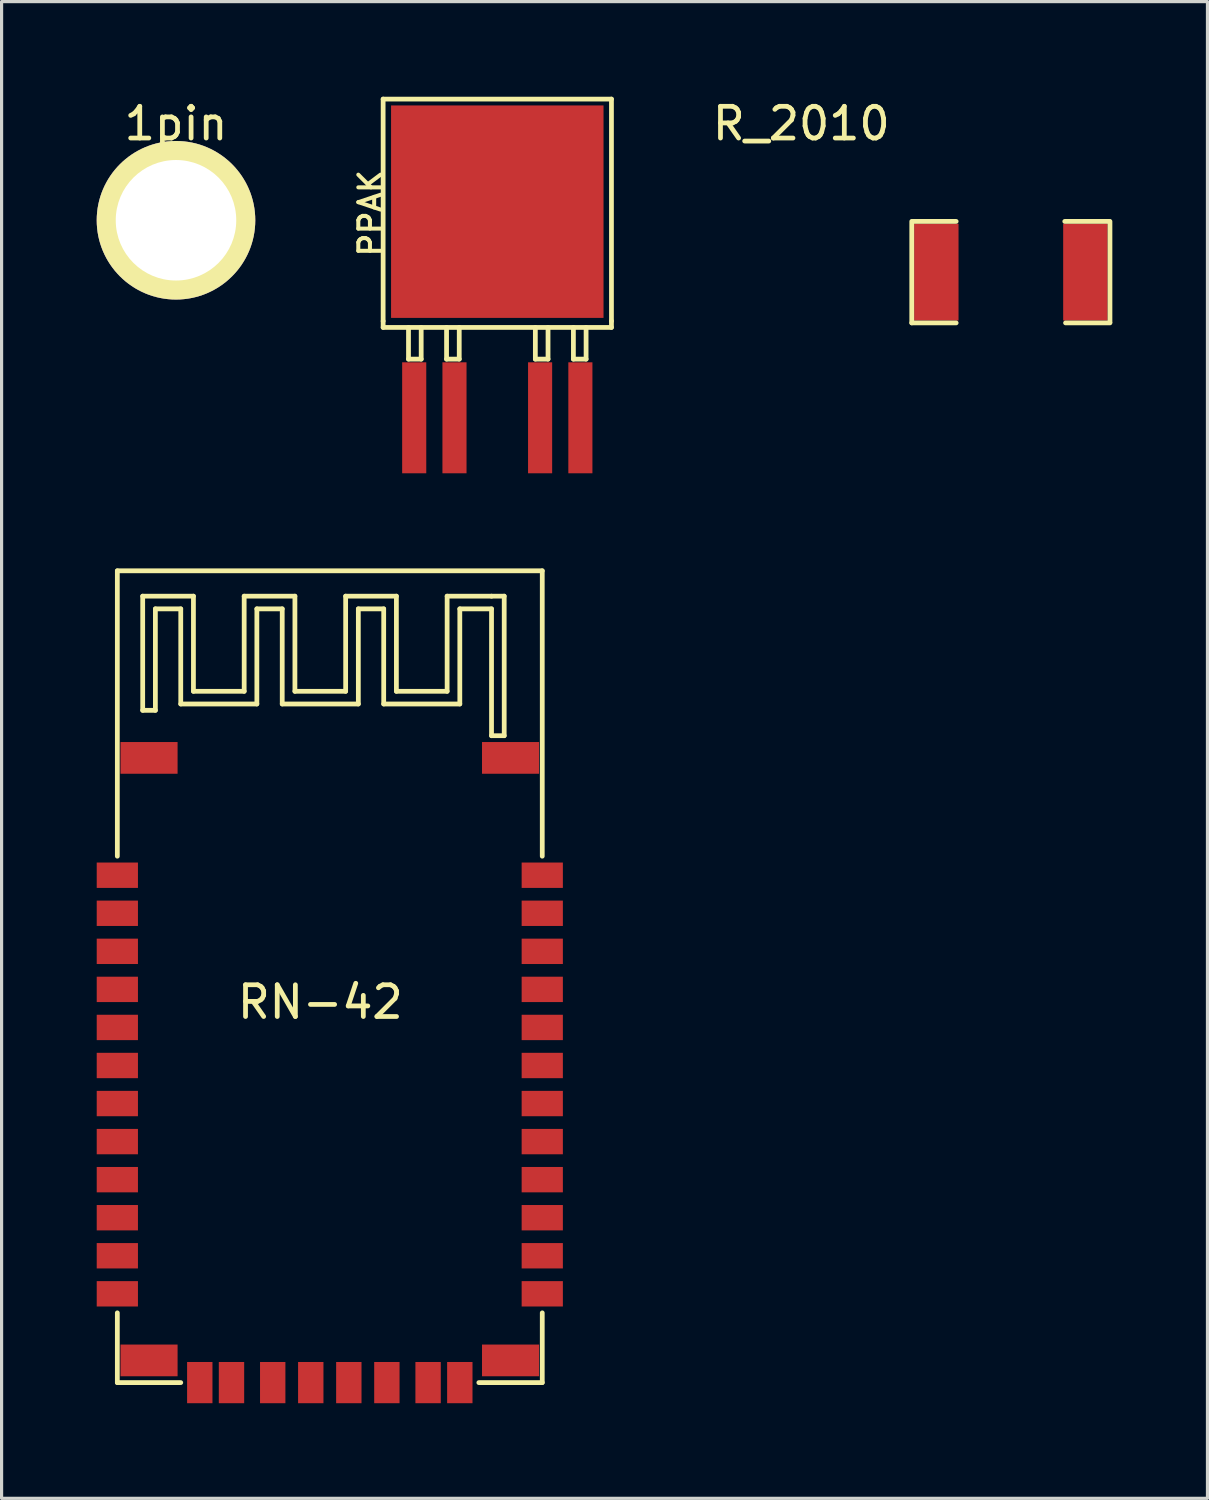
<source format=kicad_pcb>
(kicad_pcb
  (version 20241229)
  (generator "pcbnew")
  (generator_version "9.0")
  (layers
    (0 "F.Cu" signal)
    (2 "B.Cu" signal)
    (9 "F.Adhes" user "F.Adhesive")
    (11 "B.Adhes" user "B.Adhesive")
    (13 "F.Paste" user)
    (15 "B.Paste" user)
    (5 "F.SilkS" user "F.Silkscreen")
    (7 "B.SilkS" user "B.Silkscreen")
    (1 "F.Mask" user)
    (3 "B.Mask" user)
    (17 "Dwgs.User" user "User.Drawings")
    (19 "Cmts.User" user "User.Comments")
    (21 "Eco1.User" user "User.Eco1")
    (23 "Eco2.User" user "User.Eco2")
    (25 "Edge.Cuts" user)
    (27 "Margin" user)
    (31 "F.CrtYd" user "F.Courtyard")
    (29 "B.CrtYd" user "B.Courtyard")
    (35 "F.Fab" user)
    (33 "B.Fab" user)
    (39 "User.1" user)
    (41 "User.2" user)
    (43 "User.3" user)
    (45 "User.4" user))
  (footprint "RN-42"
    (layer "F.Cu")
    (at 0.65 40.55)
    (property "Reference" "RN-42" (at 6.4 -12 0) (layer "F.SilkS") (effects (font (size 1 1) (thickness 0.15))))
    (attr through_hole)
    (fp_line (start 0 -25.6) (end 13.4 -25.6) (stroke (width 0.15) (type solid)) (layer "F.SilkS"))
    (fp_line (start 0 -16.6) (end 0 -25.6) (stroke (width 0.15) (type solid)) (layer "F.SilkS"))
    (fp_line (start 0 0) (end 0 -2.2) (stroke (width 0.15) (type solid)) (layer "F.SilkS"))
    (fp_line (start 0.8 -24.8) (end 2.4 -24.8) (stroke (width 0.15) (type solid)) (layer "F.SilkS"))
    (fp_line (start 0.8 -21.2) (end 0.8 -24.8) (stroke (width 0.15) (type solid)) (layer "F.SilkS"))
    (fp_line (start 0.8 -21.2) (end 1.2 -21.2) (stroke (width 0.15) (type solid)) (layer "F.SilkS"))
    (fp_line (start 1.2 -24.4) (end 2 -24.4) (stroke (width 0.15) (type solid)) (layer "F.SilkS"))
    (fp_line (start 1.2 -21.2) (end 1.2 -24.4) (stroke (width 0.15) (type solid)) (layer "F.SilkS"))
    (fp_line (start 2 -24.4) (end 2 -21.4) (stroke (width 0.15) (type solid)) (layer "F.SilkS"))
    (fp_line (start 2 -21.4) (end 4.4 -21.4) (stroke (width 0.15) (type solid)) (layer "F.SilkS"))
    (fp_line (start 2 0) (end 0 0) (stroke (width 0.15) (type solid)) (layer "F.SilkS"))
    (fp_line (start 2.4 -24.8) (end 2.4 -21.8) (stroke (width 0.15) (type solid)) (layer "F.SilkS"))
    (fp_line (start 2.4 -21.8) (end 4 -21.8) (stroke (width 0.15) (type solid)) (layer "F.SilkS"))
    (fp_line (start 4 -24.8) (end 5.6 -24.8) (stroke (width 0.15) (type solid)) (layer "F.SilkS"))
    (fp_line (start 4 -21.8) (end 4 -24.8) (stroke (width 0.15) (type solid)) (layer "F.SilkS"))
    (fp_line (start 4.4 -24.4) (end 5.2 -24.4) (stroke (width 0.15) (type solid)) (layer "F.SilkS"))
    (fp_line (start 4.4 -21.4) (end 4.4 -24.4) (stroke (width 0.15) (type solid)) (layer "F.SilkS"))
    (fp_line (start 5.2 -24.4) (end 5.2 -21.4) (stroke (width 0.15) (type solid)) (layer "F.SilkS"))
    (fp_line (start 5.2 -21.4) (end 7.6 -21.4) (stroke (width 0.15) (type solid)) (layer "F.SilkS"))
    (fp_line (start 5.6 -24.8) (end 5.6 -21.8) (stroke (width 0.15) (type solid)) (layer "F.SilkS"))
    (fp_line (start 5.6 -21.8) (end 7.2 -21.8) (stroke (width 0.15) (type solid)) (layer "F.SilkS"))
    (fp_line (start 7.2 -24.8) (end 8.8 -24.8) (stroke (width 0.15) (type solid)) (layer "F.SilkS"))
    (fp_line (start 7.2 -21.8) (end 7.2 -24.8) (stroke (width 0.15) (type solid)) (layer "F.SilkS"))
    (fp_line (start 7.6 -24.4) (end 8.4 -24.4) (stroke (width 0.15) (type solid)) (layer "F.SilkS"))
    (fp_line (start 7.6 -21.4) (end 7.6 -24.4) (stroke (width 0.15) (type solid)) (layer "F.SilkS"))
    (fp_line (start 8.4 -24.4) (end 8.4 -21.4) (stroke (width 0.15) (type solid)) (layer "F.SilkS"))
    (fp_line (start 8.4 -21.4) (end 10.8 -21.4) (stroke (width 0.15) (type solid)) (layer "F.SilkS"))
    (fp_line (start 8.8 -24.8) (end 8.8 -21.8) (stroke (width 0.15) (type solid)) (layer "F.SilkS"))
    (fp_line (start 8.8 -21.8) (end 10.4 -21.8) (stroke (width 0.15) (type solid)) (layer "F.SilkS"))
    (fp_line (start 10.4 -24.8) (end 11.8 -24.8) (stroke (width 0.15) (type solid)) (layer "F.SilkS"))
    (fp_line (start 10.4 -21.8) (end 10.4 -24.8) (stroke (width 0.15) (type solid)) (layer "F.SilkS"))
    (fp_line (start 10.8 -24.4) (end 11.8 -24.4) (stroke (width 0.15) (type solid)) (layer "F.SilkS"))
    (fp_line (start 10.8 -21.4) (end 10.8 -24.4) (stroke (width 0.15) (type solid)) (layer "F.SilkS"))
    (fp_line (start 11.8 -24.8) (end 12.2 -24.8) (stroke (width 0.15) (type solid)) (layer "F.SilkS"))
    (fp_line (start 11.8 -24.4) (end 11.8 -20.4) (stroke (width 0.15) (type solid)) (layer "F.SilkS"))
    (fp_line (start 11.8 -20.4) (end 12.2 -20.4) (stroke (width 0.15) (type solid)) (layer "F.SilkS"))
    (fp_line (start 12.2 -24.8) (end 12.2 -20.4) (stroke (width 0.15) (type solid)) (layer "F.SilkS"))
    (fp_line (start 13.4 -25.6) (end 13.4 -16.6) (stroke (width 0.15) (type solid)) (layer "F.SilkS"))
    (fp_line (start 13.4 -2.2) (end 13.4 0) (stroke (width 0.15) (type solid)) (layer "F.SilkS"))
    (fp_line (start 13.4 0) (end 11.4 0) (stroke (width 0.15) (type solid)) (layer "F.SilkS"))
    (pad "" smd rect (at 1 -19.7) (size 1.8 1) (layers "F.Cu" "F.Mask" "F.Paste"))
    (pad "" smd rect (at 1 -0.7) (size 1.8 1) (layers "F.Cu" "F.Mask" "F.Paste"))
    (pad "" smd rect (at 12.4 -19.7) (size 1.8 1) (layers "F.Cu" "F.Mask" "F.Paste"))
    (pad "" smd rect (at 12.4 -0.7) (size 1.8 1) (layers "F.Cu" "F.Mask" "F.Paste"))
    (pad "1" smd rect (at 0 -16 180) (size 1.3 0.8) (layers "F.Cu" "F.Mask" "F.Paste"))
    (pad "2" smd rect (at 0 -14.8 180) (size 1.3 0.8) (layers "F.Cu" "F.Mask" "F.Paste"))
    (pad "3" smd rect (at 0 -13.6 180) (size 1.3 0.8) (layers "F.Cu" "F.Mask" "F.Paste"))
    (pad "4" smd rect (at 0 -12.4 180) (size 1.3 0.8) (layers "F.Cu" "F.Mask" "F.Paste"))
    (pad "5" smd rect (at 0 -11.2 180) (size 1.3 0.8) (layers "F.Cu" "F.Mask" "F.Paste"))
    (pad "6" smd rect (at 0 -10 180) (size 1.3 0.8) (layers "F.Cu" "F.Mask" "F.Paste"))
    (pad "7" smd rect (at 0 -8.8 180) (size 1.3 0.8) (layers "F.Cu" "F.Mask" "F.Paste"))
    (pad "8" smd rect (at 0 -7.6 180) (size 1.3 0.8) (layers "F.Cu" "F.Mask" "F.Paste"))
    (pad "9" smd rect (at 0 -6.4 180) (size 1.3 0.8) (layers "F.Cu" "F.Mask" "F.Paste"))
    (pad "10" smd rect (at 0 -5.2 180) (size 1.3 0.8) (layers "F.Cu" "F.Mask" "F.Paste"))
    (pad "11" smd rect (at 0 -4 180) (size 1.3 0.8) (layers "F.Cu" "F.Mask" "F.Paste"))
    (pad "12" smd rect (at 0 -2.8 180) (size 1.3 0.8) (layers "F.Cu" "F.Mask" "F.Paste"))
    (pad "13" smd rect (at 13.4 -2.8) (size 1.3 0.8) (layers "F.Cu" "F.Mask" "F.Paste"))
    (pad "14" smd rect (at 13.4 -4) (size 1.3 0.8) (layers "F.Cu" "F.Mask" "F.Paste"))
    (pad "15" smd rect (at 13.4 -5.2) (size 1.3 0.8) (layers "F.Cu" "F.Mask" "F.Paste"))
    (pad "16" smd rect (at 13.4 -6.4) (size 1.3 0.8) (layers "F.Cu" "F.Mask" "F.Paste"))
    (pad "17" smd rect (at 13.4 -7.6) (size 1.3 0.8) (layers "F.Cu" "F.Mask" "F.Paste"))
    (pad "18" smd rect (at 13.4 -8.8) (size 1.3 0.8) (layers "F.Cu" "F.Mask" "F.Paste"))
    (pad "19" smd rect (at 13.4 -10) (size 1.3 0.8) (layers "F.Cu" "F.Mask" "F.Paste"))
    (pad "20" smd rect (at 13.4 -11.2) (size 1.3 0.8) (layers "F.Cu" "F.Mask" "F.Paste"))
    (pad "21" smd rect (at 13.4 -12.4) (size 1.3 0.8) (layers "F.Cu" "F.Mask" "F.Paste"))
    (pad "22" smd rect (at 13.4 -13.6) (size 1.3 0.8) (layers "F.Cu" "F.Mask" "F.Paste"))
    (pad "23" smd rect (at 13.4 -14.8) (size 1.3 0.8) (layers "F.Cu" "F.Mask" "F.Paste"))
    (pad "24" smd rect (at 13.4 -16) (size 1.3 0.8) (layers "F.Cu" "F.Mask" "F.Paste"))
    (pad "28" smd rect (at 9.8 0) (size 0.8 1.3) (layers "F.Cu" "F.Mask" "F.Paste"))
    (pad "29" smd rect (at 3.6 0) (size 0.8 1.3) (layers "F.Cu" "F.Mask" "F.Paste"))
    (pad "30" smd rect (at 10.8 0) (size 0.8 1.3) (layers "F.Cu" "F.Mask" "F.Paste"))
    (pad "31" smd rect (at 8.5 0) (size 0.8 1.3) (layers "F.Cu" "F.Mask" "F.Paste"))
    (pad "32" smd rect (at 7.3 0) (size 0.8 1.3) (layers "F.Cu" "F.Mask" "F.Paste"))
    (pad "33" smd rect (at 6.1 0) (size 0.8 1.3) (layers "F.Cu" "F.Mask" "F.Paste"))
    (pad "34" smd rect (at 4.9 0) (size 0.8 1.3) (layers "F.Cu" "F.Mask" "F.Paste"))
    (pad "35" smd rect (at 2.6 0) (size 0.8 1.3) (layers "F.Cu" "F.Mask" "F.Paste")))
  (footprint "1pin"
    (layer "F.Cu")
    (at 2.5 3.896)
    (property "Reference" "1pin" (at 0 -3.048 0) (layer "F.SilkS") (effects (font (size 1 1) (thickness 0.15))))
    (attr through_hole)
    (fp_circle (center 0 0) (end 0 -2.286) (stroke (width 0.15) (type solid)) (fill no) (layer "F.SilkS"))
    (pad "1" thru_hole circle (at 0 0) (size 5 5) (drill 3.8) (layers "*.Cu" "*.Mask" "F.SilkS")))
  (footprint "PPAK"
    (layer "F.Cu")
    (at 12.632 3.675)
    (property "Reference" "PPAK" (at -4 0 90) (layer "F.SilkS") (effects (font (size 0.7 0.7) (thickness 0.127))))
    (attr through_hole)
    (fp_line (start -3.6 -3.6) (end 3.6 -3.6) (stroke (width 0.15) (type solid)) (layer "F.SilkS"))
    (fp_line (start -3.6 3.4) (end -3.6 -3.6) (stroke (width 0.15) (type solid)) (layer "F.SilkS"))
    (fp_line (start -3.6 3.6) (end -3.6 3.4) (stroke (width 0.15) (type solid)) (layer "F.SilkS"))
    (fp_line (start -2.8 3.6) (end -2.8 4.6) (stroke (width 0.15) (type solid)) (layer "F.SilkS"))
    (fp_line (start -2.8 4.6) (end -2.4 4.6) (stroke (width 0.15) (type solid)) (layer "F.SilkS"))
    (fp_line (start -2.4 4.6) (end -2.4 3.6) (stroke (width 0.15) (type solid)) (layer "F.SilkS"))
    (fp_line (start -1.6 3.6) (end -1.6 4.6) (stroke (width 0.15) (type solid)) (layer "F.SilkS"))
    (fp_line (start -1.6 4.6) (end -1.2 4.6) (stroke (width 0.15) (type solid)) (layer "F.SilkS"))
    (fp_line (start -1.2 4.6) (end -1.2 3.6) (stroke (width 0.15) (type solid)) (layer "F.SilkS"))
    (fp_line (start 1.2 3.6) (end 1.2 4.6) (stroke (width 0.15) (type solid)) (layer "F.SilkS"))
    (fp_line (start 1.2 4.6) (end 1.6 4.6) (stroke (width 0.15) (type solid)) (layer "F.SilkS"))
    (fp_line (start 1.6 4.6) (end 1.6 3.6) (stroke (width 0.15) (type solid)) (layer "F.SilkS"))
    (fp_line (start 2.4 3.6) (end 2.4 4.6) (stroke (width 0.15) (type solid)) (layer "F.SilkS"))
    (fp_line (start 2.4 4.6) (end 2.8 4.6) (stroke (width 0.15) (type solid)) (layer "F.SilkS"))
    (fp_line (start 2.8 4.6) (end 2.8 3.6) (stroke (width 0.15) (type solid)) (layer "F.SilkS"))
    (fp_line (start 3.6 -3.6) (end 3.6 3.4) (stroke (width 0.15) (type solid)) (layer "F.SilkS"))
    (fp_line (start 3.6 3.4) (end 3.6 3.6) (stroke (width 0.15) (type solid)) (layer "F.SilkS"))
    (fp_line (start 3.6 3.6) (end -3.6 3.6) (stroke (width 0.15) (type solid)) (layer "F.SilkS"))
    (pad "1" smd rect (at -2.62 6.45 270) (size 3.5 0.76) (layers "F.Cu" "F.Mask" "F.Paste"))
    (pad "2" smd rect (at -1.35 6.45 270) (size 3.5 0.76) (layers "F.Cu" "F.Mask" "F.Paste"))
    (pad "3" smd rect (at 0 -0.05 270) (size 6.7 6.7) (layers "F.Cu" "F.Mask" "F.Paste"))
    (pad "4" smd rect (at 1.35 6.45 270) (size 3.5 0.76) (layers "F.Cu" "F.Mask" "F.Paste"))
    (pad "5" smd rect (at 2.62 6.45 270) (size 3.5 0.76) (layers "F.Cu" "F.Mask" "F.Paste")))
  (footprint "R_2010"
    (layer "F.Cu")
    (at 28.827 5.532)
    (property "Reference" "R_2010" (at -6.609 -4.684 0) (layer "F.SilkS") (effects (font (size 1 1) (thickness 0.15))))
    (attr through_hole)
    (fp_line (start -3.125 -1.6) (end -3.125 1.6) (stroke (width 0.15) (type solid)) (layer "F.SilkS"))
    (fp_line (start -3.125 1.6) (end -1.725 1.6) (stroke (width 0.15) (type solid)) (layer "F.SilkS"))
    (fp_line (start -1.725 -1.6) (end -3.1 -1.6) (stroke (width 0.15) (type solid)) (layer "F.SilkS"))
    (fp_line (start 3.1 -1.6) (end 1.7 -1.6) (stroke (width 0.15) (type solid)) (layer "F.SilkS"))
    (fp_line (start 3.125 -1.6) (end 3.125 1.575) (stroke (width 0.15) (type solid)) (layer "F.SilkS"))
    (fp_line (start 3.125 1.6) (end 1.725 1.6) (stroke (width 0.15) (type solid)) (layer "F.SilkS"))
    (pad "1" smd rect (at -2.35 0) (size 1.4 3.05) (layers "F.Cu" "F.Mask" "F.Paste"))
    (pad "2" smd rect (at 2.35 0) (size 1.4 3.05) (layers "F.Cu" "F.Mask" "F.Paste")))
  (gr_rect
    (start -3 -3)
    (end 35.027 44.2)
    (stroke (width 0.1) (type default))
    (fill no)
    (layer "Edge.Cuts")))
</source>
